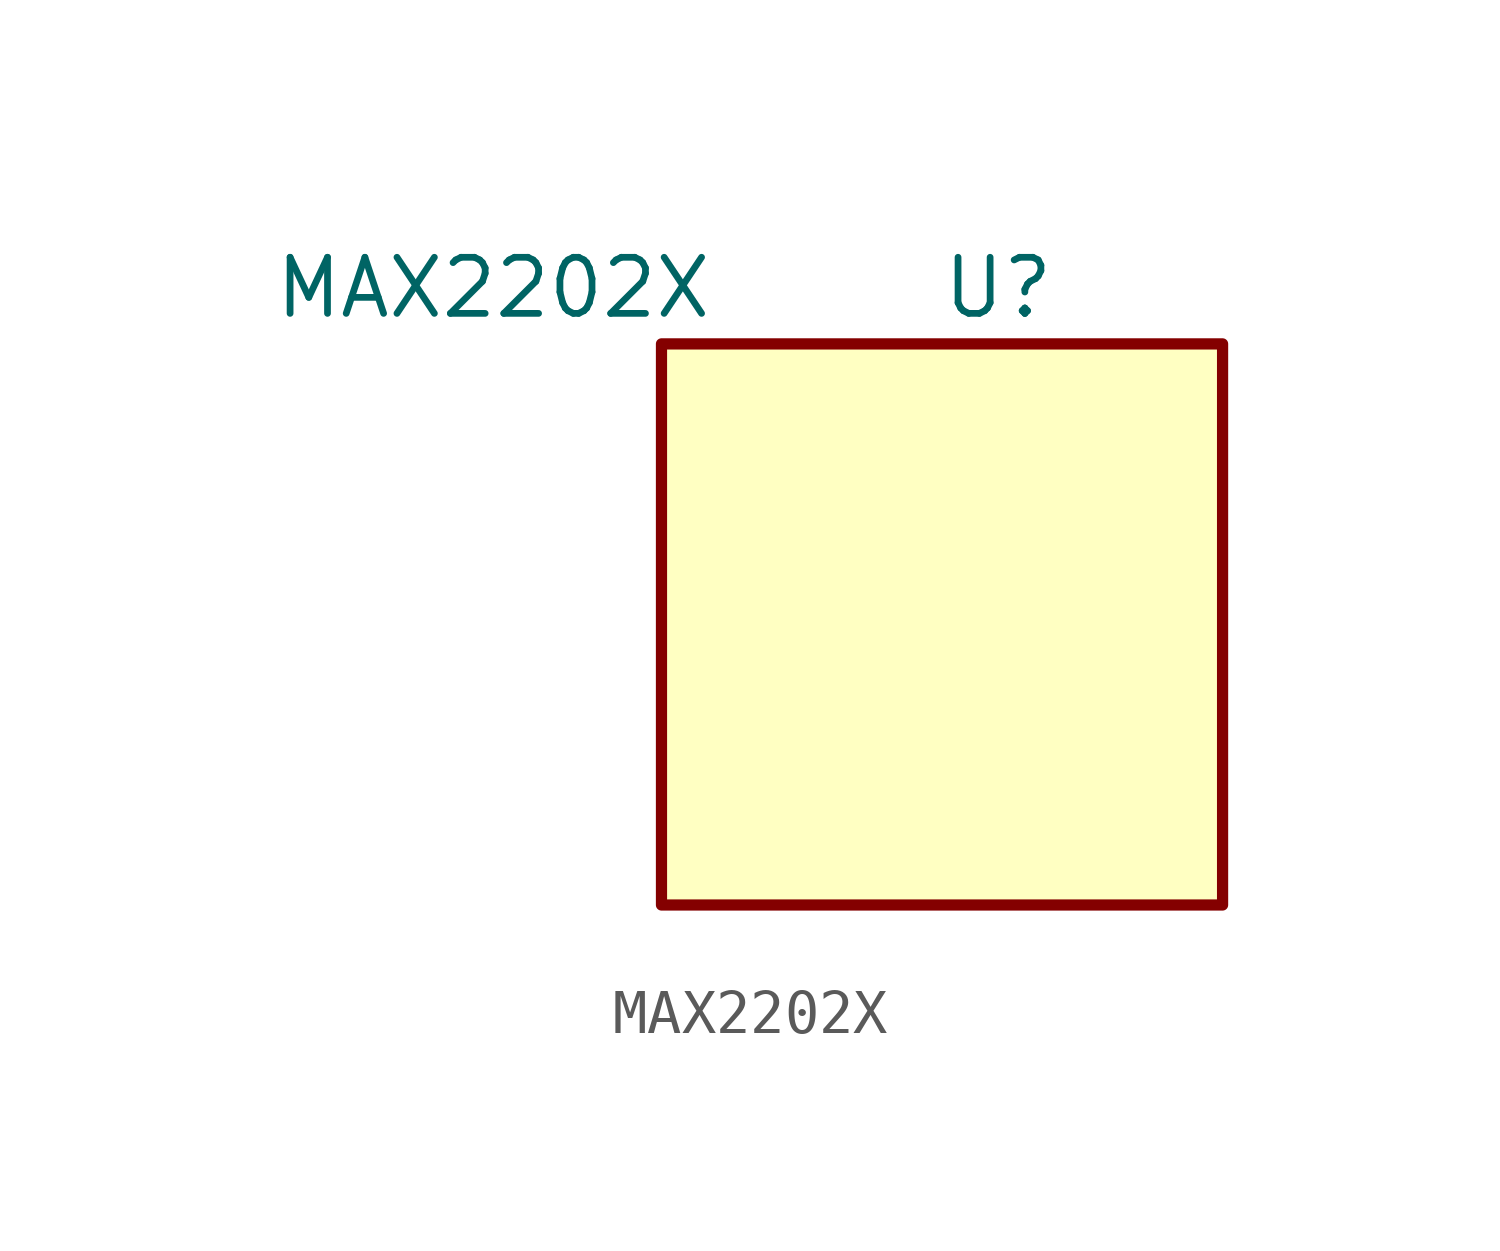
<source format=kicad_sym>
(kicad_symbol_lib
  (version 20211014)
  (generator kicad_symbol_editor)
  (symbol "MAX2202X"
    (property "Reference" "U"
      (at 1.27 7.62 0)
      (effects (font (size 1.27 1.27))))
    (property "Value" "MAX2202X"
      (at -10.16 7.62 0)
      (effects (font (size 1.27 1.27))))
    (symbol "MAX2202X_0_1"
      (rectangle (start -6.35 6.35) (end 6.35 -6.35) (stroke (width 0.254) (type default) (color 0 0 0 0)) (fill (type background))))))
</source>
